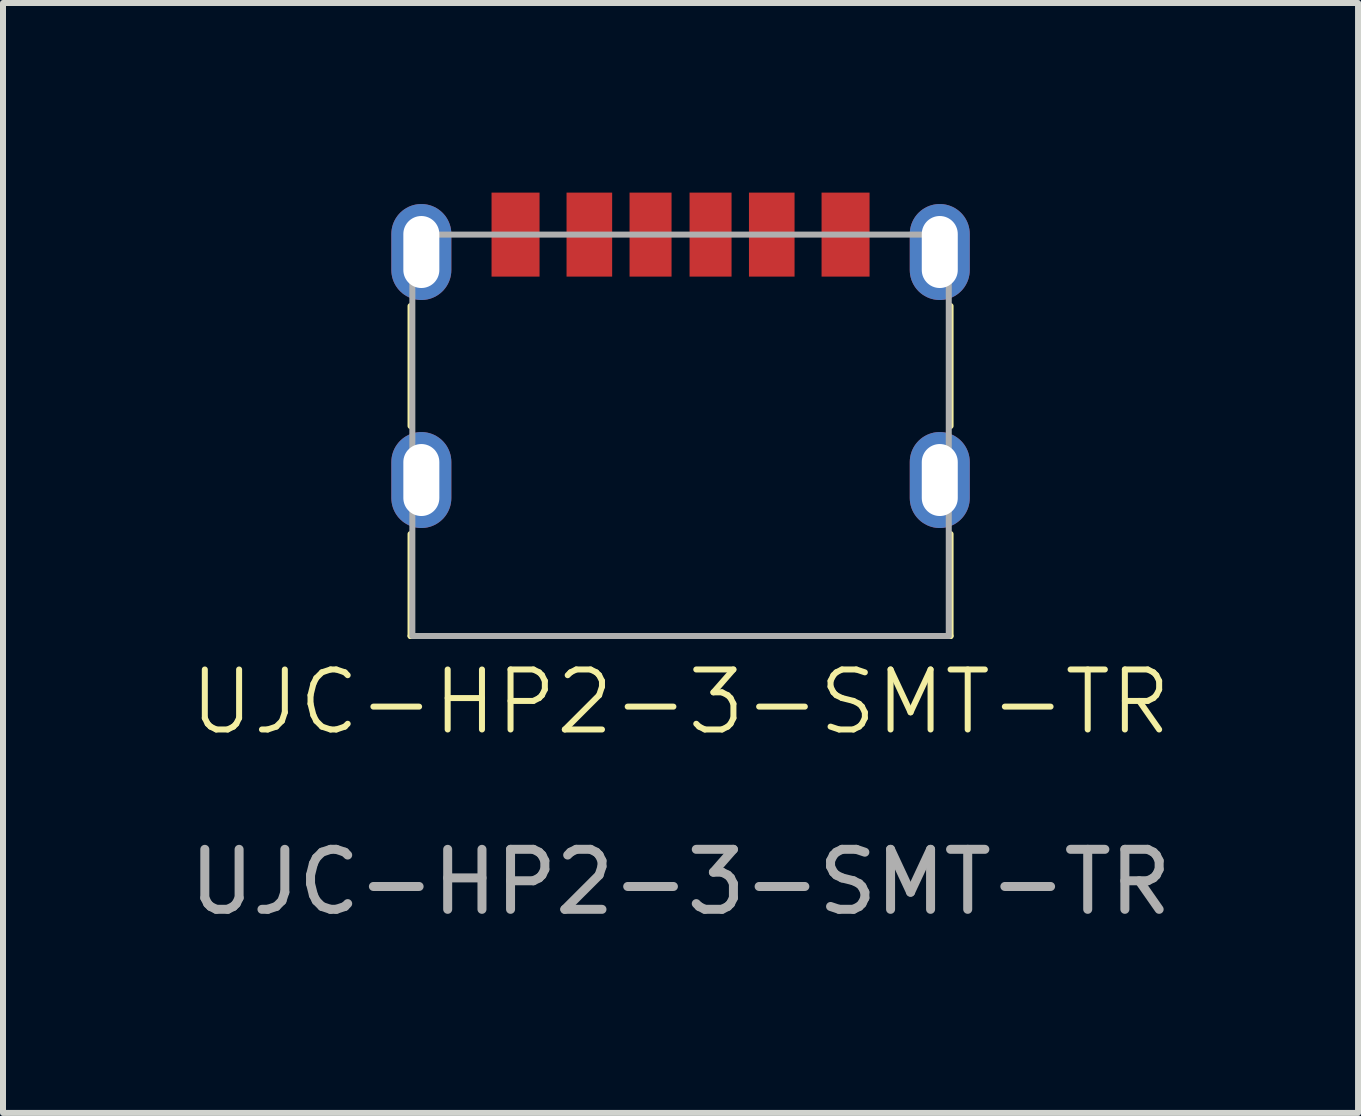
<source format=kicad_pcb>
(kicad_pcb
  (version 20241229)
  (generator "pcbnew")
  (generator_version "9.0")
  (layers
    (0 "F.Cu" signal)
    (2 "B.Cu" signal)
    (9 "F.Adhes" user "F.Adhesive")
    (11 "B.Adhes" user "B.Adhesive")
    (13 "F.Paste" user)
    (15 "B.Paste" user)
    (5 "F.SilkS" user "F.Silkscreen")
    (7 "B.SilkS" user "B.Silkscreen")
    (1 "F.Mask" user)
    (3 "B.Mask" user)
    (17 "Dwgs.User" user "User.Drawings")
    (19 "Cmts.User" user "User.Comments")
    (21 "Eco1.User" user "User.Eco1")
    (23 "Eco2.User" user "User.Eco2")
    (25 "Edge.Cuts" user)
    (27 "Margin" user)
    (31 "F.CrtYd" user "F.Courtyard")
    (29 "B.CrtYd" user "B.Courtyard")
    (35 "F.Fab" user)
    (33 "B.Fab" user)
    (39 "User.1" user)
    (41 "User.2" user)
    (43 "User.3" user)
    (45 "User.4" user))
  (footprint "UJC-HP2-3-SMT-TR"
    (layer "F.Cu")
    (at 8.292 1.15)
    (property "Reference" "UJC-HP2-3-SMT-TR" (at 0 7.5 0) (unlocked yes) (layer "F.SilkS") (effects (font (size 1 1) (thickness 0.1))))
    (attr smd)
    (fp_line (start -4.5 0.9) (end -4.5 2.9) (stroke (width 0.1) (type default)) (layer "F.SilkS"))
    (fp_line (start -4.5 4.7) (end -4.5 6.4) (stroke (width 0.1) (type default)) (layer "F.SilkS"))
    (fp_line (start -4.5 6.4) (end 4.5 6.4) (stroke (width 0.1) (type default)) (layer "F.SilkS"))
    (fp_line (start 4.5 0.9) (end 4.5 2.9) (stroke (width 0.1) (type default)) (layer "F.SilkS"))
    (fp_line (start 4.5 6.4) (end 4.5 4.7) (stroke (width 0.1) (type default)) (layer "F.SilkS"))
    (fp_line (start -4.9 -1.1) (end 4.9 -1.1) (stroke (width 0.1) (type default)) (layer "Margin"))
    (fp_line (start -4.9 6.5) (end -4.9 -1.1) (stroke (width 0.1) (type default)) (layer "Margin"))
    (fp_line (start 4.9 -1.1) (end 4.9 6.5) (stroke (width 0.1) (type default)) (layer "Margin"))
    (fp_line (start 4.9 6.5) (end -4.9 6.5) (stroke (width 0.1) (type default)) (layer "Margin"))
    (fp_rect (start -4.47 -0.29) (end 4.47 6.4) (stroke (width 0.1) (type default)) (fill no) (layer "F.Fab"))
    (fp_text user "${REFERENCE}" (at 0 10.5 0) (unlocked yes) (layer "F.Fab") (effects (font (size 1 1) (thickness 0.15))))
    (pad "" np_thru_hole oval (at -4.32 0) (size 1 1.6) (drill oval 0.6 1.2) (layers "*.Cu" "*.Mask"))
    (pad "" np_thru_hole oval (at -4.32 3.8) (size 1 1.6) (drill oval 0.6 1.2) (layers "*.Cu" "*.Mask"))
    (pad "" np_thru_hole oval (at 4.32 0) (size 1 1.6) (drill oval 0.6 1.2) (layers "*.Cu" "*.Mask"))
    (pad "" np_thru_hole oval (at 4.32 3.8) (size 1 1.6) (drill oval 0.6 1.2) (layers "*.Cu" "*.Mask"))
    (pad "A5" smd rect (at -0.5 -0.29) (size 0.7 1.4) (layers "F.Cu" "F.Mask" "F.Paste"))
    (pad "A9" smd rect (at 1.52 -0.29) (size 0.76 1.4) (layers "F.Cu" "F.Mask" "F.Paste"))
    (pad "A12" smd rect (at 2.75 -0.29) (size 0.8 1.4) (layers "F.Cu" "F.Mask" "F.Paste"))
    (pad "B5" smd rect (at 0.5 -0.29) (size 0.7 1.4) (layers "F.Cu" "F.Mask" "F.Paste"))
    (pad "B9" smd rect (at -1.52 -0.29) (size 0.76 1.4) (layers "F.Cu" "F.Mask" "F.Paste"))
    (pad "B12" smd rect (at -2.75 -0.29) (size 0.8 1.4) (layers "F.Cu" "F.Mask" "F.Paste")))
  (gr_rect
    (start -3 -3)
    (end 19.583 15.498)
    (stroke (width 0.1) (type default))
    (fill no)
    (layer "Edge.Cuts")))
</source>
